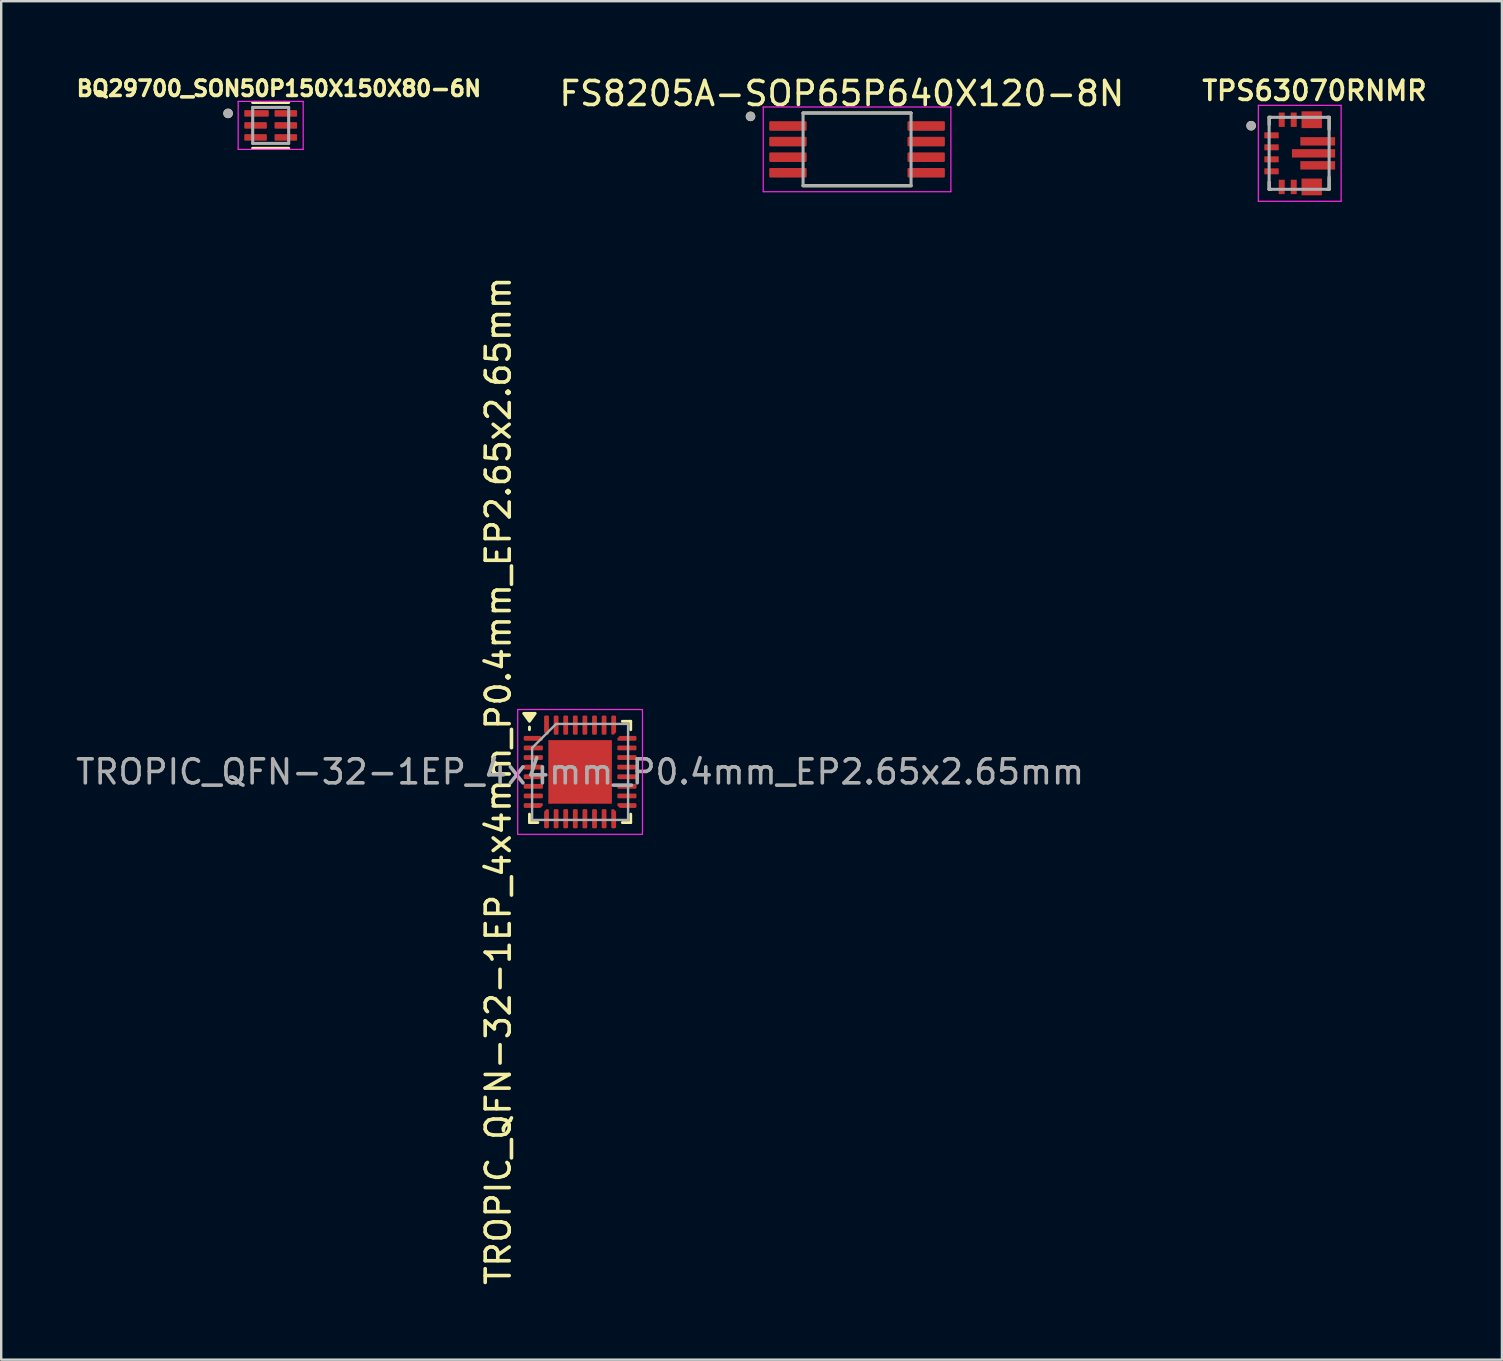
<source format=kicad_pcb>
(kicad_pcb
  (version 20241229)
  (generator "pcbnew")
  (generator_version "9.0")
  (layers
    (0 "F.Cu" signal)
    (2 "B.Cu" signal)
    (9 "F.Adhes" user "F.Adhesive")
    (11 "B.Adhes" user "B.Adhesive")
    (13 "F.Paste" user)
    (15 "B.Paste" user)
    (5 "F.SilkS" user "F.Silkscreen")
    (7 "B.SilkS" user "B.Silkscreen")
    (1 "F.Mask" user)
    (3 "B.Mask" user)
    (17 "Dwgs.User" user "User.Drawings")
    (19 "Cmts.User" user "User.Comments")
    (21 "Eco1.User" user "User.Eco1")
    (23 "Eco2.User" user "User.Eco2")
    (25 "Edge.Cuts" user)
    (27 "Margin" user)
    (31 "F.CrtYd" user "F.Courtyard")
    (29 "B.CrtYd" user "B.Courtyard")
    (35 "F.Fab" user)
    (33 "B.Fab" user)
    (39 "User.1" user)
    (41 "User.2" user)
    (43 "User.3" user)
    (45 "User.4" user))
  (footprint "BQ29700_SON50P150X150X80-6N"
    (layer "F.Cu")
    (at 8.23 2.176)
    (property "Reference" "BQ29700_SON50P150X150X80-6N" (at 0.342 -1.538 0) (layer "F.SilkS") (effects (font (size 0.64 0.64) (thickness 0.15))))
    (attr smd)
    (fp_line (start -0.75 -0.955) (end 0.75 -0.955) (stroke (width 0.127) (type solid)) (layer "F.SilkS"))
    (fp_line (start -0.75 0.955) (end 0.75 0.955) (stroke (width 0.127) (type solid)) (layer "F.SilkS"))
    (fp_circle (center -1.775 -0.5) (end -1.675 -0.5) (stroke (width 0.2) (type solid)) (fill no) (layer "F.SilkS"))
    (fp_line (start -1.355 -1) (end -1.355 1) (stroke (width 0.05) (type solid)) (layer "F.CrtYd"))
    (fp_line (start -1.355 -1) (end 1.355 -1) (stroke (width 0.05) (type solid)) (layer "F.CrtYd"))
    (fp_line (start -1.355 1) (end 1.355 1) (stroke (width 0.05) (type solid)) (layer "F.CrtYd"))
    (fp_line (start 1.355 -1) (end 1.355 1) (stroke (width 0.05) (type solid)) (layer "F.CrtYd"))
    (fp_line (start -0.75 -0.75) (end -0.75 0.75) (stroke (width 0.127) (type solid)) (layer "F.Fab"))
    (fp_line (start -0.75 -0.75) (end 0.75 -0.75) (stroke (width 0.127) (type solid)) (layer "F.Fab"))
    (fp_line (start -0.75 0.75) (end 0.75 0.75) (stroke (width 0.127) (type solid)) (layer "F.Fab"))
    (fp_line (start 0.75 -0.75) (end 0.75 0.75) (stroke (width 0.127) (type solid)) (layer "F.Fab"))
    (fp_circle (center -1.775 -0.5) (end -1.675 -0.5) (stroke (width 0.2) (type solid)) (fill no) (layer "F.Fab"))
    (pad "1" smd roundrect (at -0.59 -0.5) (size 1.02 0.27) (layers "F.Cu" "F.Mask" "F.Paste") (roundrect_rratio 0.125))
    (pad "2" smd roundrect (at -0.63 0) (size 0.94 0.27) (layers "F.Cu" "F.Mask" "F.Paste") (roundrect_rratio 0.125))
    (pad "3" smd roundrect (at -0.63 0.5) (size 0.94 0.27) (layers "F.Cu" "F.Mask" "F.Paste") (roundrect_rratio 0.125))
    (pad "4" smd roundrect (at 0.63 0.5) (size 0.94 0.27) (layers "F.Cu" "F.Mask" "F.Paste") (roundrect_rratio 0.125))
    (pad "5" smd roundrect (at 0.63 0) (size 0.94 0.27) (layers "F.Cu" "F.Mask" "F.Paste") (roundrect_rratio 0.125))
    (pad "6" smd roundrect (at 0.63 -0.5) (size 0.94 0.27) (layers "F.Cu" "F.Mask" "F.Paste") (roundrect_rratio 0.125)))
  (footprint "FS8205A-SOP65P640X120-8N"
    (layer "F.Cu")
    (at 32.667 3.175)
    (property "Reference" "FS8205A-SOP65P640X120-8N" (at -0.635 -2.327 0) (layer "F.SilkS") (effects (font (size 1 1) (thickness 0.15))))
    (attr smd)
    (fp_line (start -2.25 -1.515) (end 2.25 -1.515) (stroke (width 0.127) (type solid)) (layer "F.SilkS"))
    (fp_line (start -2.25 1.515) (end 2.25 1.515) (stroke (width 0.127) (type solid)) (layer "F.SilkS"))
    (fp_circle (center -4.44 -1.375) (end -4.34 -1.375) (stroke (width 0.2) (type solid)) (fill no) (layer "F.SilkS"))
    (fp_line (start -3.91 -1.765) (end -3.91 1.765) (stroke (width 0.05) (type solid)) (layer "F.CrtYd"))
    (fp_line (start -3.91 -1.765) (end 3.91 -1.765) (stroke (width 0.05) (type solid)) (layer "F.CrtYd"))
    (fp_line (start -3.91 1.765) (end 3.91 1.765) (stroke (width 0.05) (type solid)) (layer "F.CrtYd"))
    (fp_line (start 3.91 -1.765) (end 3.91 1.765) (stroke (width 0.05) (type solid)) (layer "F.CrtYd"))
    (fp_line (start -2.25 -1.515) (end -2.25 1.515) (stroke (width 0.127) (type solid)) (layer "F.Fab"))
    (fp_line (start -2.25 -1.515) (end 2.25 -1.515) (stroke (width 0.127) (type solid)) (layer "F.Fab"))
    (fp_line (start -2.25 1.515) (end 2.25 1.515) (stroke (width 0.127) (type solid)) (layer "F.Fab"))
    (fp_line (start 2.25 -1.515) (end 2.25 1.515) (stroke (width 0.127) (type solid)) (layer "F.Fab"))
    (fp_circle (center -4.44 -1.375) (end -4.34 -1.375) (stroke (width 0.2) (type solid)) (fill no) (layer "F.Fab"))
    (pad "1" smd roundrect (at -2.88 -0.975) (size 1.56 0.4) (layers "F.Cu" "F.Mask" "F.Paste") (roundrect_rratio 0.125))
    (pad "2" smd roundrect (at -2.88 -0.325) (size 1.56 0.4) (layers "F.Cu" "F.Mask" "F.Paste") (roundrect_rratio 0.125))
    (pad "3" smd roundrect (at -2.88 0.325) (size 1.56 0.4) (layers "F.Cu" "F.Mask" "F.Paste") (roundrect_rratio 0.125))
    (pad "4" smd roundrect (at -2.88 0.975) (size 1.56 0.4) (layers "F.Cu" "F.Mask" "F.Paste") (roundrect_rratio 0.125))
    (pad "5" smd roundrect (at 2.88 0.975) (size 1.56 0.4) (layers "F.Cu" "F.Mask" "F.Paste") (roundrect_rratio 0.125))
    (pad "6" smd roundrect (at 2.88 0.325) (size 1.56 0.4) (layers "F.Cu" "F.Mask" "F.Paste") (roundrect_rratio 0.125))
    (pad "7" smd roundrect (at 2.88 -0.325) (size 1.56 0.4) (layers "F.Cu" "F.Mask" "F.Paste") (roundrect_rratio 0.125))
    (pad "8" smd roundrect (at 2.88 -0.975) (size 1.56 0.4) (layers "F.Cu" "F.Mask" "F.Paste") (roundrect_rratio 0.125)))
  (footprint "TPS63070RNMR"
    (layer "F.Cu")
    (at 51.09 3.339)
    (property "Reference" "TPS63070RNMR" (at 0.64 -2.608 0) (layer "F.SilkS") (effects (font (size 0.8 0.8) (thickness 0.15))))
    (attr smd)
    (fp_poly (pts (xy -1.5 -0.925) (xy -0.8 -0.925) (xy -0.8 -0.575) (xy -1.5 -0.575)) (stroke (width 0.01) (type solid)) (fill yes) (layer "F.Mask"))
    (fp_poly (pts (xy -1.5 -0.425) (xy -0.8 -0.425) (xy -0.8 -0.075) (xy -1.5 -0.075)) (stroke (width 0.01) (type solid)) (fill yes) (layer "F.Mask"))
    (fp_poly (pts (xy -1.5 0.075) (xy -0.8 0.075) (xy -0.8 0.425) (xy -1.5 0.425)) (stroke (width 0.01) (type solid)) (fill yes) (layer "F.Mask"))
    (fp_poly (pts (xy -1.5 0.575) (xy -0.8 0.575) (xy -0.8 0.925) (xy -1.5 0.925)) (stroke (width 0.01) (type solid)) (fill yes) (layer "F.Mask"))
    (fp_poly (pts (xy -0.9 -1.75) (xy -0.55 -1.75) (xy -0.55 -1.05) (xy -0.9 -1.05)) (stroke (width 0.01) (type solid)) (fill yes) (layer "F.Mask"))
    (fp_poly (pts (xy -0.9 1.05) (xy -0.55 1.05) (xy -0.55 1.75) (xy -0.9 1.75)) (stroke (width 0.01) (type solid)) (fill yes) (layer "F.Mask"))
    (fp_poly (pts (xy -0.4 -1.75) (xy -0.05 -1.75) (xy -0.05 -1.05) (xy -0.4 -1.05)) (stroke (width 0.01) (type solid)) (fill yes) (layer "F.Mask"))
    (fp_poly (pts (xy -0.4 1.05) (xy -0.05 1.05) (xy -0.05 1.75) (xy -0.4 1.75)) (stroke (width 0.01) (type solid)) (fill yes) (layer "F.Mask"))
    (fp_poly (pts (xy -0.25 -0.125) (xy 1.45 -0.125) (xy 1.45 0.125) (xy -0.25 0.125)) (stroke (width 0.01) (type solid)) (fill yes) (layer "F.Mask"))
    (fp_poly (pts (xy 0.1 -0.625) (xy 1.45 -0.625) (xy 1.45 -0.375) (xy 0.1 -0.375)) (stroke (width 0.01) (type solid)) (fill yes) (layer "F.Mask"))
    (fp_poly (pts (xy 0.1 0.375) (xy 1.45 0.375) (xy 1.45 0.625) (xy 0.1 0.625)) (stroke (width 0.01) (type solid)) (fill yes) (layer "F.Mask"))
    (fp_poly (pts (xy 0.15 1.1) (xy 0.9 1.1) (xy 0.9 1.7) (xy 0.65 1.7) (xy 0.65 1.35) (xy 0.4 1.35) (xy 0.4 1.7) (xy 0.15 1.7)) (stroke (width 0.01) (type solid)) (fill yes) (layer "F.Mask"))
    (fp_poly (pts (xy 0.9 -1.1) (xy 0.15 -1.1) (xy 0.15 -1.7) (xy 0.4 -1.7) (xy 0.4 -1.35) (xy 0.65 -1.35) (xy 0.65 -1.7) (xy 0.9 -1.7)) (stroke (width 0.01) (type solid)) (fill yes) (layer "F.Mask"))
    (fp_line (start -1.25 -1.5) (end -1.25 -1.195) (stroke (width 0.127) (type solid)) (layer "F.SilkS"))
    (fp_line (start -1.25 1.5) (end -1.25 1.195) (stroke (width 0.127) (type solid)) (layer "F.SilkS"))
    (fp_line (start -1.17 -1.5) (end -1.25 -1.5) (stroke (width 0.127) (type solid)) (layer "F.SilkS"))
    (fp_line (start -1.17 1.5) (end -1.25 1.5) (stroke (width 0.127) (type solid)) (layer "F.SilkS"))
    (fp_line (start 1.17 -1.5) (end 1.25 -1.5) (stroke (width 0.127) (type solid)) (layer "F.SilkS"))
    (fp_line (start 1.25 -1.5) (end 1.25 -0.995) (stroke (width 0.127) (type solid)) (layer "F.SilkS"))
    (fp_line (start 1.25 0.995) (end 1.25 1.5) (stroke (width 0.127) (type solid)) (layer "F.SilkS"))
    (fp_line (start 1.25 1.5) (end 1.17 1.5) (stroke (width 0.127) (type solid)) (layer "F.SilkS"))
    (fp_circle (center -2 -1.15) (end -1.9 -1.15) (stroke (width 0.2) (type solid)) (fill no) (layer "F.SilkS"))
    (fp_poly (pts (xy -0.22 -0.125) (xy 0.5 -0.125) (xy 0.5 0.125) (xy -0.22 0.125)) (stroke (width 0.01) (type solid)) (fill yes) (layer "F.Paste"))
    (fp_poly (pts (xy 0.101 -0.625) (xy 0.675 -0.625) (xy 0.675 -0.375) (xy 0.101 -0.375)) (stroke (width 0.01) (type solid)) (fill yes) (layer "F.Paste"))
    (fp_poly (pts (xy 0.101 0.375) (xy 0.675 0.375) (xy 0.675 0.625) (xy 0.101 0.625)) (stroke (width 0.01) (type solid)) (fill yes) (layer "F.Paste"))
    (fp_poly (pts (xy 0.7 -0.125) (xy 1.42 -0.125) (xy 1.42 0.125) (xy 0.7 0.125)) (stroke (width 0.01) (type solid)) (fill yes) (layer "F.Paste"))
    (fp_poly (pts (xy 0.875 -0.625) (xy 1.45 -0.625) (xy 1.45 -0.375) (xy 0.875 -0.375)) (stroke (width 0.01) (type solid)) (fill yes) (layer "F.Paste"))
    (fp_poly (pts (xy 0.875 0.375) (xy 1.45 0.375) (xy 1.45 0.625) (xy 0.875 0.625)) (stroke (width 0.01) (type solid)) (fill yes) (layer "F.Paste"))
    (fp_poly (pts (xy 0.15 1.1) (xy 0.9 1.1) (xy 0.9 1.7) (xy 0.65 1.7) (xy 0.65 1.35) (xy 0.4 1.35) (xy 0.4 1.7) (xy 0.15 1.7)) (stroke (width 0.01) (type solid)) (fill yes) (layer "F.Paste"))
    (fp_poly (pts (xy 0.9 -1.1) (xy 0.15 -1.1) (xy 0.15 -1.7) (xy 0.4 -1.7) (xy 0.4 -1.35) (xy 0.65 -1.35) (xy 0.65 -1.7) (xy 0.9 -1.7)) (stroke (width 0.01) (type solid)) (fill yes) (layer "F.Paste"))
    (fp_line (start -1.7 -2) (end 1.75 -2) (stroke (width 0.05) (type solid)) (layer "F.CrtYd"))
    (fp_line (start -1.7 2) (end -1.7 -2) (stroke (width 0.05) (type solid)) (layer "F.CrtYd"))
    (fp_line (start 1.75 -2) (end 1.75 2) (stroke (width 0.05) (type solid)) (layer "F.CrtYd"))
    (fp_line (start 1.75 2) (end -1.7 2) (stroke (width 0.05) (type solid)) (layer "F.CrtYd"))
    (fp_line (start -1.25 -1.5) (end 1.25 -1.5) (stroke (width 0.127) (type solid)) (layer "F.Fab"))
    (fp_line (start -1.25 1.5) (end -1.25 -1.5) (stroke (width 0.127) (type solid)) (layer "F.Fab"))
    (fp_line (start 1.25 -1.5) (end 1.25 1.5) (stroke (width 0.127) (type solid)) (layer "F.Fab"))
    (fp_line (start 1.25 1.5) (end -1.25 1.5) (stroke (width 0.127) (type solid)) (layer "F.Fab"))
    (fp_circle (center -2 -1.15) (end -1.9 -1.15) (stroke (width 0.2) (type solid)) (fill no) (layer "F.Fab"))
    (pad "1" smd roundrect (at -1.15 -0.75) (size 0.6 0.25) (layers "F.Cu" "F.Paste") (roundrect_rratio 0.025))
    (pad "2" smd roundrect (at -1.15 -0.25) (size 0.6 0.25) (layers "F.Cu" "F.Paste") (roundrect_rratio 0.025))
    (pad "3" smd roundrect (at -1.15 0.25) (size 0.6 0.25) (layers "F.Cu" "F.Paste") (roundrect_rratio 0.025))
    (pad "4" smd roundrect (at -1.15 0.75) (size 0.6 0.25) (layers "F.Cu" "F.Paste") (roundrect_rratio 0.025))
    (pad "5" smd roundrect (at -0.725 1.4) (size 0.25 0.6) (layers "F.Cu" "F.Paste") (roundrect_rratio 0.025))
    (pad "6" smd roundrect (at -0.225 1.4) (size 0.25 0.6) (layers "F.Cu" "F.Paste") (roundrect_rratio 0.025))
    (pad "7_8" smd roundrect (at 0.525 1.4) (size 0.85 0.7) (layers "F.Cu") (roundrect_rratio 0.025))
    (pad "9" smd roundrect (at 0.775 0.5) (size 1.45 0.35) (layers "F.Cu") (roundrect_rratio 0.025))
    (pad "10" smd roundrect (at 0.6 0) (size 1.8 0.35) (layers "F.Cu") (roundrect_rratio 0.025))
    (pad "11" smd roundrect (at 0.775 -0.5) (size 1.45 0.35) (layers "F.Cu") (roundrect_rratio 0.025))
    (pad "12_13" smd roundrect (at 0.525 -1.4) (size 0.85 0.7) (layers "F.Cu") (roundrect_rratio 0.025))
    (pad "14" smd roundrect (at -0.225 -1.4) (size 0.25 0.6) (layers "F.Cu" "F.Paste") (roundrect_rratio 0.025))
    (pad "15" smd roundrect (at -0.725 -1.4) (size 0.25 0.6) (layers "F.Cu" "F.Paste") (roundrect_rratio 0.025)))
  (footprint "TROPIC_QFN-32-1EP_4x4mm_P0.4mm_EP2.65x2.65mm"
    (layer "F.Cu")
    (at 21.125 29.119)
    (property "Reference" "TROPIC_QFN-32-1EP_4x4mm_P0.4mm_EP2.65x2.65mm" (at -3.41 0.37 90) (layer "F.SilkS") (effects (font (size 1 1) (thickness 0.15))))
    (attr smd)
    (fp_line (start -2.11 -1.76) (end -2.11 -1.87) (stroke (width 0.12) (type solid)) (layer "F.SilkS"))
    (fp_line (start -2.11 2.11) (end -2.11 1.76) (stroke (width 0.12) (type solid)) (layer "F.SilkS"))
    (fp_line (start -1.76 2.11) (end -2.11 2.11) (stroke (width 0.12) (type solid)) (layer "F.SilkS"))
    (fp_line (start 1.76 -2.11) (end 2.11 -2.11) (stroke (width 0.12) (type solid)) (layer "F.SilkS"))
    (fp_line (start 1.76 2.11) (end 2.11 2.11) (stroke (width 0.12) (type solid)) (layer "F.SilkS"))
    (fp_line (start 2.11 -2.11) (end 2.11 -1.76) (stroke (width 0.12) (type solid)) (layer "F.SilkS"))
    (fp_line (start 2.11 2.11) (end 2.11 1.76) (stroke (width 0.12) (type solid)) (layer "F.SilkS"))
    (fp_poly (pts (xy -2.11 -2.11) (xy -2.35 -2.44) (xy -1.87 -2.44) (xy -2.11 -2.11)) (stroke (width 0.12) (type solid)) (fill yes) (layer "F.SilkS"))
    (fp_line (start -2.6 -2.6) (end -2.6 2.6) (stroke (width 0.05) (type solid)) (layer "F.CrtYd"))
    (fp_line (start -2.6 2.6) (end 2.6 2.6) (stroke (width 0.05) (type solid)) (layer "F.CrtYd"))
    (fp_line (start 2.6 -2.6) (end -2.6 -2.6) (stroke (width 0.05) (type solid)) (layer "F.CrtYd"))
    (fp_line (start 2.6 2.6) (end 2.6 -2.6) (stroke (width 0.05) (type solid)) (layer "F.CrtYd"))
    (fp_line (start -2 -1) (end -1 -2) (stroke (width 0.1) (type solid)) (layer "F.Fab"))
    (fp_line (start -2 2) (end -2 -1) (stroke (width 0.1) (type solid)) (layer "F.Fab"))
    (fp_line (start -1 -2) (end 2 -2) (stroke (width 0.1) (type solid)) (layer "F.Fab"))
    (fp_line (start 2 -2) (end 2 2) (stroke (width 0.1) (type solid)) (layer "F.Fab"))
    (fp_line (start 2 2) (end -2 2) (stroke (width 0.1) (type solid)) (layer "F.Fab"))
    (fp_text user "${REFERENCE}" (at 0 0 0) (layer "F.Fab") (effects (font (size 1 1) (thickness 0.15))))
    (pad "" smd roundrect (at -0.66 -0.66) (size 1.07 1.07) (layers "F.Paste") (roundrect_rratio 0.234))
    (pad "" smd roundrect (at -0.66 0.66) (size 1.07 1.07) (layers "F.Paste") (roundrect_rratio 0.234))
    (pad "" smd roundrect (at 0.66 -0.66) (size 1.07 1.07) (layers "F.Paste") (roundrect_rratio 0.234))
    (pad "" smd roundrect (at 0.66 0.66) (size 1.07 1.07) (layers "F.Paste") (roundrect_rratio 0.234))
    (pad "1" smd custom (at -1.95 -1.4) (size 0.129 0.129) (layers "F.Cu" "F.Mask" "F.Paste") (options (anchor circle)) (primitives (gr_poly (pts (xy -0.35 -0.05) (xy 0.279 -0.05) (xy 0.35 0.021) (xy 0.35 0.05) (xy -0.35 0.05)) (width 0.1) (fill yes))))
    (pad "2" smd roundrect (at -1.95 -1) (size 0.8 0.2) (layers "F.Cu" "F.Mask" "F.Paste") (roundrect_rratio 0.25))
    (pad "3" smd roundrect (at -1.95 -0.6) (size 0.8 0.2) (layers "F.Cu" "F.Mask" "F.Paste") (roundrect_rratio 0.25))
    (pad "4" smd roundrect (at -1.95 -0.2) (size 0.8 0.2) (layers "F.Cu" "F.Mask" "F.Paste") (roundrect_rratio 0.25))
    (pad "5" smd roundrect (at -1.95 0.2) (size 0.8 0.2) (layers "F.Cu" "F.Mask" "F.Paste") (roundrect_rratio 0.25))
    (pad "6" smd roundrect (at -1.95 0.6) (size 0.8 0.2) (layers "F.Cu" "F.Mask" "F.Paste") (roundrect_rratio 0.25))
    (pad "7" smd roundrect (at -1.95 1) (size 0.8 0.2) (layers "F.Cu" "F.Mask" "F.Paste") (roundrect_rratio 0.25))
    (pad "8" smd custom (at -1.95 1.4) (size 0.129 0.129) (layers "F.Cu" "F.Mask" "F.Paste") (options (anchor circle)) (primitives (gr_poly (pts (xy -0.35 -0.05) (xy 0.35 -0.05) (xy 0.35 -0.021) (xy 0.279 0.05) (xy -0.35 0.05)) (width 0.1) (fill yes))))
    (pad "9" smd custom (at -1.4 1.95) (size 0.129 0.129) (layers "F.Cu" "F.Mask" "F.Paste") (options (anchor circle)) (primitives (gr_poly (pts (xy -0.05 -0.279) (xy 0.021 -0.35) (xy 0.05 -0.35) (xy 0.05 0.35) (xy -0.05 0.35)) (width 0.1) (fill yes))))
    (pad "10" smd roundrect (at -1 1.95) (size 0.2 0.8) (layers "F.Cu" "F.Mask" "F.Paste") (roundrect_rratio 0.25))
    (pad "11" smd roundrect (at -0.6 1.95) (size 0.2 0.8) (layers "F.Cu" "F.Mask" "F.Paste") (roundrect_rratio 0.25))
    (pad "12" smd roundrect (at -0.2 1.95) (size 0.2 0.8) (layers "F.Cu" "F.Mask" "F.Paste") (roundrect_rratio 0.25))
    (pad "13" smd roundrect (at 0.2 1.95) (size 0.2 0.8) (layers "F.Cu" "F.Mask" "F.Paste") (roundrect_rratio 0.25))
    (pad "14" smd roundrect (at 0.6 1.95) (size 0.2 0.8) (layers "F.Cu" "F.Mask" "F.Paste") (roundrect_rratio 0.25))
    (pad "15" smd roundrect (at 1 1.95) (size 0.2 0.8) (layers "F.Cu" "F.Mask" "F.Paste") (roundrect_rratio 0.25))
    (pad "16" smd custom (at 1.4 1.95) (size 0.129 0.129) (layers "F.Cu" "F.Mask" "F.Paste") (options (anchor circle)) (primitives (gr_poly (pts (xy -0.05 -0.35) (xy -0.021 -0.35) (xy 0.05 -0.279) (xy 0.05 0.35) (xy -0.05 0.35)) (width 0.1) (fill yes))))
    (pad "17" smd custom (at 1.95 1.4) (size 0.129 0.129) (layers "F.Cu" "F.Mask" "F.Paste") (options (anchor circle)) (primitives (gr_poly (pts (xy -0.35 -0.05) (xy 0.35 -0.05) (xy 0.35 0.05) (xy -0.279 0.05) (xy -0.35 -0.021)) (width 0.1) (fill yes))))
    (pad "18" smd roundrect (at 1.95 1) (size 0.8 0.2) (layers "F.Cu" "F.Mask" "F.Paste") (roundrect_rratio 0.25))
    (pad "19" smd roundrect (at 1.95 0.6) (size 0.8 0.2) (layers "F.Cu" "F.Mask" "F.Paste") (roundrect_rratio 0.25))
    (pad "20" smd roundrect (at 1.95 0.2) (size 0.8 0.2) (layers "F.Cu" "F.Mask" "F.Paste") (roundrect_rratio 0.25))
    (pad "21" smd roundrect (at 1.95 -0.2) (size 0.8 0.2) (layers "F.Cu" "F.Mask" "F.Paste") (roundrect_rratio 0.25))
    (pad "22" smd roundrect (at 1.95 -0.6) (size 0.8 0.2) (layers "F.Cu" "F.Mask" "F.Paste") (roundrect_rratio 0.25))
    (pad "23" smd roundrect (at 1.95 -1) (size 0.8 0.2) (layers "F.Cu" "F.Mask" "F.Paste") (roundrect_rratio 0.25))
    (pad "24" smd custom (at 1.95 -1.4) (size 0.129 0.129) (layers "F.Cu" "F.Mask" "F.Paste") (options (anchor circle)) (primitives (gr_poly (pts (xy -0.35 0.021) (xy -0.279 -0.05) (xy 0.35 -0.05) (xy 0.35 0.05) (xy -0.35 0.05)) (width 0.1) (fill yes))))
    (pad "25" smd custom (at 1.4 -1.95) (size 0.129 0.129) (layers "F.Cu" "F.Mask" "F.Paste") (options (anchor circle)) (primitives (gr_poly (pts (xy -0.05 -0.35) (xy 0.05 -0.35) (xy 0.05 0.279) (xy -0.021 0.35) (xy -0.05 0.35)) (width 0.1) (fill yes))))
    (pad "26" smd roundrect (at 1 -1.95) (size 0.2 0.8) (layers "F.Cu" "F.Mask" "F.Paste") (roundrect_rratio 0.25))
    (pad "27" smd roundrect (at 0.6 -1.95) (size 0.2 0.8) (layers "F.Cu" "F.Mask" "F.Paste") (roundrect_rratio 0.25))
    (pad "28" smd roundrect (at 0.2 -1.95) (size 0.2 0.8) (layers "F.Cu" "F.Mask" "F.Paste") (roundrect_rratio 0.25))
    (pad "29" smd roundrect (at -0.2 -1.95) (size 0.2 0.8) (layers "F.Cu" "F.Mask" "F.Paste") (roundrect_rratio 0.25))
    (pad "30" smd roundrect (at -0.6 -1.95) (size 0.2 0.8) (layers "F.Cu" "F.Mask" "F.Paste") (roundrect_rratio 0.25))
    (pad "31" smd roundrect (at -1 -1.95) (size 0.2 0.8) (layers "F.Cu" "F.Mask" "F.Paste") (roundrect_rratio 0.25))
    (pad "32" smd custom (at -1.4 -1.95) (size 0.129 0.129) (layers "F.Cu" "F.Mask" "F.Paste") (options (anchor circle)) (primitives (gr_poly (pts (xy -0.05 -0.35) (xy 0.05 -0.35) (xy 0.05 0.35) (xy 0.021 0.35) (xy -0.05 0.279)) (width 0.1) (fill yes))))
    (pad "33" smd rect (at 0 0) (size 2.65 2.65) (property pad_prop_heatsink) (layers "F.Cu" "F.Mask")))
  (gr_rect
    (start -3 -3)
    (end 59.542 53.614)
    (stroke (width 0.1) (type default))
    (fill no)
    (layer "Edge.Cuts")))
</source>
